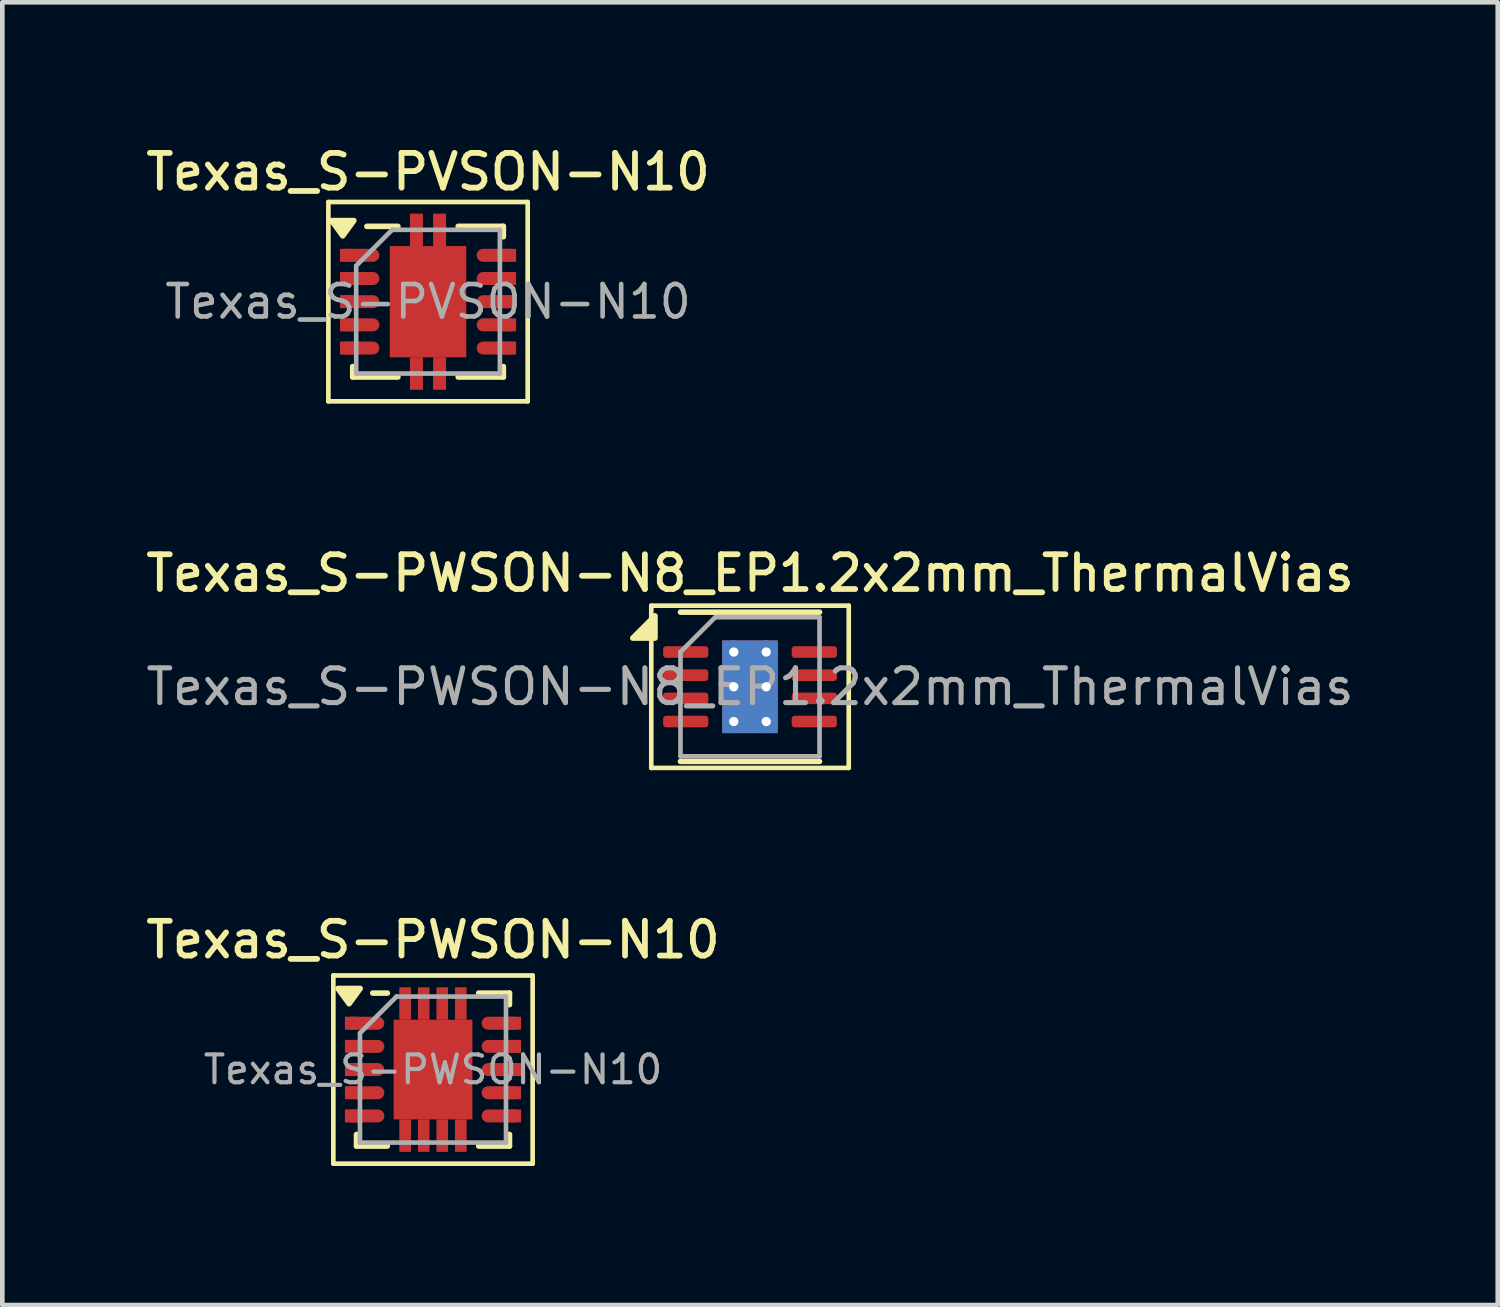
<source format=kicad_pcb>
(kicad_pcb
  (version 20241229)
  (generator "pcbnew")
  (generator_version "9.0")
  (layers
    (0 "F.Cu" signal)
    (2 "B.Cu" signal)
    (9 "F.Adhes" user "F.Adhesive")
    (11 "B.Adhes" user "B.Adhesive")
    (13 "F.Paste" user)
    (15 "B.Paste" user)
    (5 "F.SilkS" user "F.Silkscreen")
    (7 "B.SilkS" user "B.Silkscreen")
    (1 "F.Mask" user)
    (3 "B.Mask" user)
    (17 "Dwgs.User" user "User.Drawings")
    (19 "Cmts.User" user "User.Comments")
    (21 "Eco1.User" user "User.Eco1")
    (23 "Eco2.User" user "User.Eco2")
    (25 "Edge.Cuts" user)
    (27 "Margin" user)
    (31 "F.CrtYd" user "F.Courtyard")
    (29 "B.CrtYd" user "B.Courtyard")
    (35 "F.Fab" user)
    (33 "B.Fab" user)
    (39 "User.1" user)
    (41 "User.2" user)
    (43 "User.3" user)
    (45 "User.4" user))
  (footprint "Texas_S-PVSON-N10"
    (layer "F.Cu")
    (at 6.184 3.458)
    (property "Reference" "Texas_S-PVSON-N10" (at 0 -2.8 0) (layer "F.SilkS") (effects (font (size 0.75 0.75) (thickness 0.125))))
    (attr smd)
    (fp_line (start -2.15 -2.15) (end -2.15 2.15) (stroke (width 0.1) (type solid)) (layer "F.SilkS"))
    (fp_line (start -2.15 -2.15) (end 2.15 -2.15) (stroke (width 0.1) (type solid)) (layer "F.SilkS"))
    (fp_line (start -2.15 2.15) (end 2.15 2.15) (stroke (width 0.1) (type solid)) (layer "F.SilkS"))
    (fp_line (start -1.625 1.625) (end -1.625 1.4) (stroke (width 0.12) (type solid)) (layer "F.SilkS"))
    (fp_line (start -1.625 1.625) (end -0.65 1.625) (stroke (width 0.12) (type solid)) (layer "F.SilkS"))
    (fp_line (start -1.32 -1.625) (end -0.65 -1.625) (stroke (width 0.12) (type solid)) (layer "F.SilkS"))
    (fp_line (start 0.65 -1.625) (end 1.625 -1.625) (stroke (width 0.12) (type solid)) (layer "F.SilkS"))
    (fp_line (start 0.65 1.625) (end 1.625 1.625) (stroke (width 0.12) (type solid)) (layer "F.SilkS"))
    (fp_line (start 1.625 -1.4) (end 1.625 -1.625) (stroke (width 0.12) (type solid)) (layer "F.SilkS"))
    (fp_line (start 1.625 1.4) (end 1.625 1.625) (stroke (width 0.12) (type solid)) (layer "F.SilkS"))
    (fp_line (start 2.15 -2.15) (end 2.15 2.15) (stroke (width 0.1) (type solid)) (layer "F.SilkS"))
    (fp_poly (pts (xy -1.84 -1.42) (xy -2.08 -1.75) (xy -1.6 -1.75) (xy -1.84 -1.42)) (stroke (width 0.12) (type solid)) (fill yes) (layer "F.SilkS"))
    (fp_line (start -1.55 1.55) (end -1.55 -0.775) (stroke (width 0.1) (type solid)) (layer "F.Fab"))
    (fp_line (start -0.775 -1.55) (end -1.55 -0.775) (stroke (width 0.1) (type solid)) (layer "F.Fab"))
    (fp_line (start -0.775 -1.55) (end 1.55 -1.55) (stroke (width 0.1) (type solid)) (layer "F.Fab"))
    (fp_line (start 1.55 -1.55) (end 1.55 1.55) (stroke (width 0.1) (type solid)) (layer "F.Fab"))
    (fp_line (start 1.55 1.55) (end -1.55 1.55) (stroke (width 0.1) (type solid)) (layer "F.Fab"))
    (fp_text user "${REFERENCE}" (at 0 0 0) (layer "F.Fab") (effects (font (size 0.7 0.7) (thickness 0.1))))
    (pad "1" smd rect (at -1.76 -1) (size 0.28 0.28) (layers "F.Cu" "F.Mask" "F.Paste"))
    (pad "1" smd oval (at -1.475 -1) (size 0.85 0.28) (layers "F.Cu" "F.Mask" "F.Paste"))
    (pad "2" smd rect (at -1.76 -0.5) (size 0.28 0.28) (layers "F.Cu" "F.Mask" "F.Paste"))
    (pad "2" smd oval (at -1.475 -0.5) (size 0.85 0.28) (layers "F.Cu" "F.Mask" "F.Paste"))
    (pad "3" smd rect (at -1.76 0) (size 0.28 0.28) (layers "F.Cu" "F.Mask" "F.Paste"))
    (pad "3" smd oval (at -1.475 0) (size 0.85 0.28) (layers "F.Cu" "F.Mask" "F.Paste"))
    (pad "4" smd rect (at -1.76 0.5) (size 0.28 0.28) (layers "F.Cu" "F.Mask" "F.Paste"))
    (pad "4" smd oval (at -1.475 0.5) (size 0.85 0.28) (layers "F.Cu" "F.Mask" "F.Paste"))
    (pad "5" smd rect (at -1.76 1) (size 0.28 0.28) (layers "F.Cu" "F.Mask" "F.Paste"))
    (pad "5" smd oval (at -1.475 1) (size 0.85 0.28) (layers "F.Cu" "F.Mask" "F.Paste"))
    (pad "6" smd oval (at 1.475 1) (size 0.85 0.28) (layers "F.Cu" "F.Mask" "F.Paste"))
    (pad "6" smd rect (at 1.76 1) (size 0.28 0.28) (layers "F.Cu" "F.Mask" "F.Paste"))
    (pad "7" smd oval (at 1.475 0.5) (size 0.85 0.28) (layers "F.Cu" "F.Mask" "F.Paste"))
    (pad "7" smd rect (at 1.76 0.5) (size 0.28 0.28) (layers "F.Cu" "F.Mask" "F.Paste"))
    (pad "8" smd oval (at 1.475 0) (size 0.85 0.28) (layers "F.Cu" "F.Mask" "F.Paste"))
    (pad "8" smd rect (at 1.76 0) (size 0.28 0.28) (layers "F.Cu" "F.Mask" "F.Paste"))
    (pad "9" smd oval (at 1.475 -0.5) (size 0.85 0.28) (layers "F.Cu" "F.Mask" "F.Paste"))
    (pad "9" smd rect (at 1.76 -0.5) (size 0.28 0.28) (layers "F.Cu" "F.Mask" "F.Paste"))
    (pad "10" smd oval (at 1.475 -1) (size 0.85 0.28) (layers "F.Cu" "F.Mask" "F.Paste"))
    (pad "10" smd rect (at 1.76 -1) (size 0.28 0.28) (layers "F.Cu" "F.Mask" "F.Paste"))
    (pad "11" smd rect (at -0.45 -0.635) (size 0.68 1.05) (layers "F.Cu" "F.Mask" "F.Paste"))
    (pad "11" smd rect (at -0.45 0.635) (size 0.68 1.05) (layers "F.Cu" "F.Mask" "F.Paste"))
    (pad "11" smd rect (at -0.25 -1.63) (size 0.26 0.5) (layers "F.Cu" "F.Mask" "F.Paste"))
    (pad "11" smd rect (at -0.25 -1.55) (size 0.28 0.7) (layers "F.Cu" "F.Mask"))
    (pad "11" smd rect (at -0.25 1.55) (size 0.28 0.7) (layers "F.Cu" "F.Mask"))
    (pad "11" smd rect (at -0.25 1.63) (size 0.26 0.5) (layers "F.Cu" "F.Mask" "F.Paste"))
    (pad "11" smd rect (at 0 0) (size 1.65 2.4) (layers "F.Cu" "F.Mask"))
    (pad "11" smd rect (at 0.25 -1.63) (size 0.26 0.5) (layers "F.Cu" "F.Mask" "F.Paste"))
    (pad "11" smd rect (at 0.25 -1.55) (size 0.28 0.7) (layers "F.Cu" "F.Mask"))
    (pad "11" smd rect (at 0.25 1.55) (size 0.28 0.7) (layers "F.Cu" "F.Mask"))
    (pad "11" smd rect (at 0.25 1.63) (size 0.26 0.5) (layers "F.Cu" "F.Mask" "F.Paste"))
    (pad "11" smd rect (at 0.45 -0.635) (size 0.68 1.05) (layers "F.Cu" "F.Mask" "F.Paste"))
    (pad "11" smd rect (at 0.45 0.635) (size 0.68 1.05) (layers "F.Cu" "F.Mask" "F.Paste")))
  (footprint "Texas_S-PWSON-N10"
    (layer "F.Cu")
    (at 6.291 20.024)
    (property "Reference" "Texas_S-PWSON-N10" (at 0 -2.8 0) (layer "F.SilkS") (effects (font (size 0.75 0.75) (thickness 0.125))))
    (attr smd)
    (fp_line (start -2.15 -2.03) (end -2.15 2.03) (stroke (width 0.1) (type solid)) (layer "F.SilkS"))
    (fp_line (start -2.15 -2.03) (end 2.15 -2.03) (stroke (width 0.1) (type solid)) (layer "F.SilkS"))
    (fp_line (start -2.15 2.03) (end 2.15 2.03) (stroke (width 0.1) (type solid)) (layer "F.SilkS"))
    (fp_line (start -1.65 1.65) (end -1.65 1.4) (stroke (width 0.12) (type solid)) (layer "F.SilkS"))
    (fp_line (start -1.65 1.65) (end -0.985 1.65) (stroke (width 0.12) (type solid)) (layer "F.SilkS"))
    (fp_line (start -1.3 -1.65) (end -0.985 -1.65) (stroke (width 0.12) (type solid)) (layer "F.SilkS"))
    (fp_line (start 0.985 -1.65) (end 1.65 -1.65) (stroke (width 0.12) (type solid)) (layer "F.SilkS"))
    (fp_line (start 0.985 1.65) (end 1.65 1.65) (stroke (width 0.12) (type solid)) (layer "F.SilkS"))
    (fp_line (start 1.65 -1.4) (end 1.65 -1.65) (stroke (width 0.12) (type solid)) (layer "F.SilkS"))
    (fp_line (start 1.65 1.4) (end 1.65 1.65) (stroke (width 0.12) (type solid)) (layer "F.SilkS"))
    (fp_line (start 2.15 -2.03) (end 2.15 2.03) (stroke (width 0.1) (type solid)) (layer "F.SilkS"))
    (fp_poly (pts (xy -1.81 -1.42) (xy -2.05 -1.75) (xy -1.57 -1.75) (xy -1.81 -1.42)) (stroke (width 0.12) (type solid)) (fill yes) (layer "F.SilkS"))
    (fp_line (start -1.575 1.575) (end -1.575 -0.787) (stroke (width 0.1) (type solid)) (layer "F.Fab"))
    (fp_line (start -0.787 -1.575) (end -1.575 -0.787) (stroke (width 0.1) (type solid)) (layer "F.Fab"))
    (fp_line (start -0.787 -1.575) (end 1.575 -1.575) (stroke (width 0.1) (type solid)) (layer "F.Fab"))
    (fp_line (start 1.575 -1.575) (end 1.575 1.575) (stroke (width 0.1) (type solid)) (layer "F.Fab"))
    (fp_line (start 1.575 1.575) (end -1.575 1.575) (stroke (width 0.1) (type solid)) (layer "F.Fab"))
    (fp_text user "${REFERENCE}" (at 0 0 0) (layer "F.Fab") (effects (font (size 0.6 0.6) (thickness 0.09))))
    (pad "1" smd rect (at -1.76 -1) (size 0.28 0.28) (layers "F.Cu" "F.Mask" "F.Paste"))
    (pad "1" smd oval (at -1.475 -1) (size 0.85 0.28) (layers "F.Cu" "F.Mask" "F.Paste"))
    (pad "2" smd rect (at -1.76 -0.5) (size 0.28 0.28) (layers "F.Cu" "F.Mask" "F.Paste"))
    (pad "2" smd oval (at -1.475 -0.5) (size 0.85 0.28) (layers "F.Cu" "F.Mask" "F.Paste"))
    (pad "3" smd rect (at -1.76 0) (size 0.28 0.28) (layers "F.Cu" "F.Mask" "F.Paste"))
    (pad "3" smd oval (at -1.475 0) (size 0.85 0.28) (layers "F.Cu" "F.Mask" "F.Paste"))
    (pad "4" smd rect (at -1.76 0.5) (size 0.28 0.28) (layers "F.Cu" "F.Mask" "F.Paste"))
    (pad "4" smd oval (at -1.475 0.5) (size 0.85 0.28) (layers "F.Cu" "F.Mask" "F.Paste"))
    (pad "5" smd rect (at -1.76 1) (size 0.28 0.28) (layers "F.Cu" "F.Mask" "F.Paste"))
    (pad "5" smd oval (at -1.475 1) (size 0.85 0.28) (layers "F.Cu" "F.Mask" "F.Paste"))
    (pad "6" smd oval (at 1.475 1) (size 0.85 0.28) (layers "F.Cu" "F.Mask" "F.Paste"))
    (pad "6" smd rect (at 1.76 1) (size 0.28 0.28) (layers "F.Cu" "F.Mask" "F.Paste"))
    (pad "7" smd oval (at 1.475 0.5) (size 0.85 0.28) (layers "F.Cu" "F.Mask" "F.Paste"))
    (pad "7" smd rect (at 1.76 0.5) (size 0.28 0.28) (layers "F.Cu" "F.Mask" "F.Paste"))
    (pad "8" smd oval (at 1.475 0) (size 0.85 0.28) (layers "F.Cu" "F.Mask" "F.Paste"))
    (pad "8" smd rect (at 1.76 0) (size 0.28 0.28) (layers "F.Cu" "F.Mask" "F.Paste"))
    (pad "9" smd oval (at 1.475 -0.5) (size 0.85 0.28) (layers "F.Cu" "F.Mask" "F.Paste"))
    (pad "9" smd rect (at 1.76 -0.5) (size 0.28 0.28) (layers "F.Cu" "F.Mask" "F.Paste"))
    (pad "10" smd oval (at 1.475 -1) (size 0.85 0.28) (layers "F.Cu" "F.Mask" "F.Paste"))
    (pad "10" smd rect (at 1.76 -1) (size 0.28 0.28) (layers "F.Cu" "F.Mask" "F.Paste"))
    (pad "11" smd rect (at -0.6 -1.425) (size 0.23 0.6) (layers "F.Cu" "F.Mask" "F.Paste"))
    (pad "11" smd rect (at -0.6 -1.425) (size 0.25 0.7) (layers "F.Cu" "F.Mask"))
    (pad "11" smd rect (at -0.6 1.425) (size 0.23 0.6) (layers "F.Cu" "F.Mask" "F.Paste"))
    (pad "11" smd rect (at -0.6 1.425) (size 0.25 0.7) (layers "F.Cu" "F.Mask"))
    (pad "11" smd rect (at -0.435 -0.56) (size 0.65 0.9) (layers "F.Cu" "F.Mask" "F.Paste"))
    (pad "11" smd rect (at -0.435 0.56) (size 0.65 0.9) (layers "F.Cu" "F.Mask" "F.Paste"))
    (pad "11" smd rect (at -0.2 -1.425) (size 0.23 0.6) (layers "F.Cu" "F.Mask" "F.Paste"))
    (pad "11" smd rect (at -0.2 -1.425) (size 0.25 0.7) (layers "F.Cu" "F.Mask"))
    (pad "11" smd rect (at -0.2 1.425) (size 0.23 0.6) (layers "F.Cu" "F.Mask" "F.Paste"))
    (pad "11" smd rect (at -0.2 1.425) (size 0.25 0.7) (layers "F.Cu" "F.Mask"))
    (pad "11" smd rect (at 0 0) (size 1.7 2.15) (layers "F.Cu" "F.Mask"))
    (pad "11" smd rect (at 0.2 -1.425) (size 0.23 0.6) (layers "F.Cu" "F.Mask" "F.Paste"))
    (pad "11" smd rect (at 0.2 -1.425) (size 0.25 0.7) (layers "F.Cu" "F.Mask"))
    (pad "11" smd rect (at 0.2 1.425) (size 0.23 0.6) (layers "F.Cu" "F.Mask" "F.Paste"))
    (pad "11" smd rect (at 0.2 1.425) (size 0.25 0.7) (layers "F.Cu" "F.Mask"))
    (pad "11" smd rect (at 0.435 -0.56) (size 0.65 0.9) (layers "F.Cu" "F.Mask" "F.Paste"))
    (pad "11" smd rect (at 0.435 0.56) (size 0.65 0.9) (layers "F.Cu" "F.Mask" "F.Paste"))
    (pad "11" smd rect (at 0.6 -1.425) (size 0.23 0.6) (layers "F.Cu" "F.Mask" "F.Paste"))
    (pad "11" smd rect (at 0.6 -1.425) (size 0.25 0.7) (layers "F.Cu" "F.Mask"))
    (pad "11" smd rect (at 0.6 1.425) (size 0.23 0.6) (layers "F.Cu" "F.Mask" "F.Paste"))
    (pad "11" smd rect (at 0.6 1.425) (size 0.25 0.7) (layers "F.Cu" "F.Mask")))
  (footprint "Texas_S-PWSON-N8_EP1.2x2mm_ThermalVias"
    (layer "F.Cu")
    (at 13.13 11.766)
    (property "Reference" "Texas_S-PWSON-N8_EP1.2x2mm_ThermalVias" (at 0 -2.45 0) (layer "F.SilkS") (effects (font (size 0.75 0.75) (thickness 0.125))))
    (attr smd)
    (fp_line (start -2.13 -1.75) (end -2.13 1.75) (stroke (width 0.1) (type solid)) (layer "F.SilkS"))
    (fp_line (start -2.13 1.75) (end 2.13 1.75) (stroke (width 0.1) (type solid)) (layer "F.SilkS"))
    (fp_line (start -1.5 -1.61) (end 1.5 -1.61) (stroke (width 0.12) (type solid)) (layer "F.SilkS"))
    (fp_line (start -1.5 1.61) (end 1.5 1.61) (stroke (width 0.12) (type solid)) (layer "F.SilkS"))
    (fp_line (start 2.13 -1.75) (end -2.13 -1.75) (stroke (width 0.1) (type solid)) (layer "F.SilkS"))
    (fp_line (start 2.13 1.75) (end 2.13 -1.75) (stroke (width 0.1) (type solid)) (layer "F.SilkS"))
    (fp_poly (pts (xy -2.05 -1.05) (xy -2.53 -1.05) (xy -2.05 -1.53) (xy -2.05 -1.05)) (stroke (width 0.12) (type solid)) (fill yes) (layer "F.SilkS"))
    (fp_line (start -1.5 -0.75) (end -0.75 -1.5) (stroke (width 0.1) (type solid)) (layer "F.Fab"))
    (fp_line (start -1.5 1.5) (end -1.5 -0.75) (stroke (width 0.1) (type solid)) (layer "F.Fab"))
    (fp_line (start -0.75 -1.5) (end 1.5 -1.5) (stroke (width 0.1) (type solid)) (layer "F.Fab"))
    (fp_line (start 1.5 -1.5) (end 1.5 1.5) (stroke (width 0.1) (type solid)) (layer "F.Fab"))
    (fp_line (start 1.5 1.5) (end -1.5 1.5) (stroke (width 0.1) (type solid)) (layer "F.Fab"))
    (fp_text user "${REFERENCE}" (at 0 0 0) (layer "F.Fab") (effects (font (size 0.75 0.75) (thickness 0.11))))
    (pad "" smd roundrect (at 0 -0.5) (size 1.04 0.87) (layers "F.Paste") (roundrect_rratio 0.25))
    (pad "" smd roundrect (at 0 0.5) (size 1.04 0.87) (layers "F.Paste") (roundrect_rratio 0.25))
    (pad "1" smd roundrect (at -1.387 -0.75) (size 0.975 0.25) (layers "F.Cu" "F.Mask" "F.Paste") (roundrect_rratio 0.25))
    (pad "2" smd roundrect (at -1.387 -0.25) (size 0.975 0.25) (layers "F.Cu" "F.Mask" "F.Paste") (roundrect_rratio 0.25))
    (pad "3" smd roundrect (at -1.387 0.25) (size 0.975 0.25) (layers "F.Cu" "F.Mask" "F.Paste") (roundrect_rratio 0.25))
    (pad "4" smd roundrect (at -1.387 0.75) (size 0.975 0.25) (layers "F.Cu" "F.Mask" "F.Paste") (roundrect_rratio 0.25))
    (pad "5" smd roundrect (at 1.387 0.75) (size 0.975 0.25) (layers "F.Cu" "F.Mask" "F.Paste") (roundrect_rratio 0.25))
    (pad "6" smd roundrect (at 1.387 0.25) (size 0.975 0.25) (layers "F.Cu" "F.Mask" "F.Paste") (roundrect_rratio 0.25))
    (pad "7" smd roundrect (at 1.387 -0.25) (size 0.975 0.25) (layers "F.Cu" "F.Mask" "F.Paste") (roundrect_rratio 0.25))
    (pad "8" smd roundrect (at 1.387 -0.75) (size 0.975 0.25) (layers "F.Cu" "F.Mask" "F.Paste") (roundrect_rratio 0.25))
    (pad "9" thru_hole circle (at -0.35 -0.75) (size 0.5 0.5) (drill 0.2) (property pad_prop_heatsink) (layers "*.Cu"))
    (pad "9" thru_hole circle (at -0.35 0) (size 0.5 0.5) (drill 0.2) (property pad_prop_heatsink) (layers "*.Cu"))
    (pad "9" thru_hole circle (at -0.35 0.75) (size 0.5 0.5) (drill 0.2) (property pad_prop_heatsink) (layers "*.Cu"))
    (pad "9" smd rect (at 0 0) (size 1.2 2) (property pad_prop_heatsink) (layers "F.Cu" "F.Mask"))
    (pad "9" smd rect (at 0 0) (size 1.2 2) (property pad_prop_heatsink) (layers "B.Cu"))
    (pad "9" thru_hole circle (at 0.35 -0.75) (size 0.5 0.5) (drill 0.2) (property pad_prop_heatsink) (layers "*.Cu"))
    (pad "9" thru_hole circle (at 0.35 0) (size 0.5 0.5) (drill 0.2) (property pad_prop_heatsink) (layers "*.Cu"))
    (pad "9" thru_hole circle (at 0.35 0.75) (size 0.5 0.5) (drill 0.2) (property pad_prop_heatsink) (layers "*.Cu")))
  (gr_rect
    (start -3 -3)
    (end 29.261 25.104)
    (stroke (width 0.1) (type default))
    (fill no)
    (layer "Edge.Cuts")))
</source>
